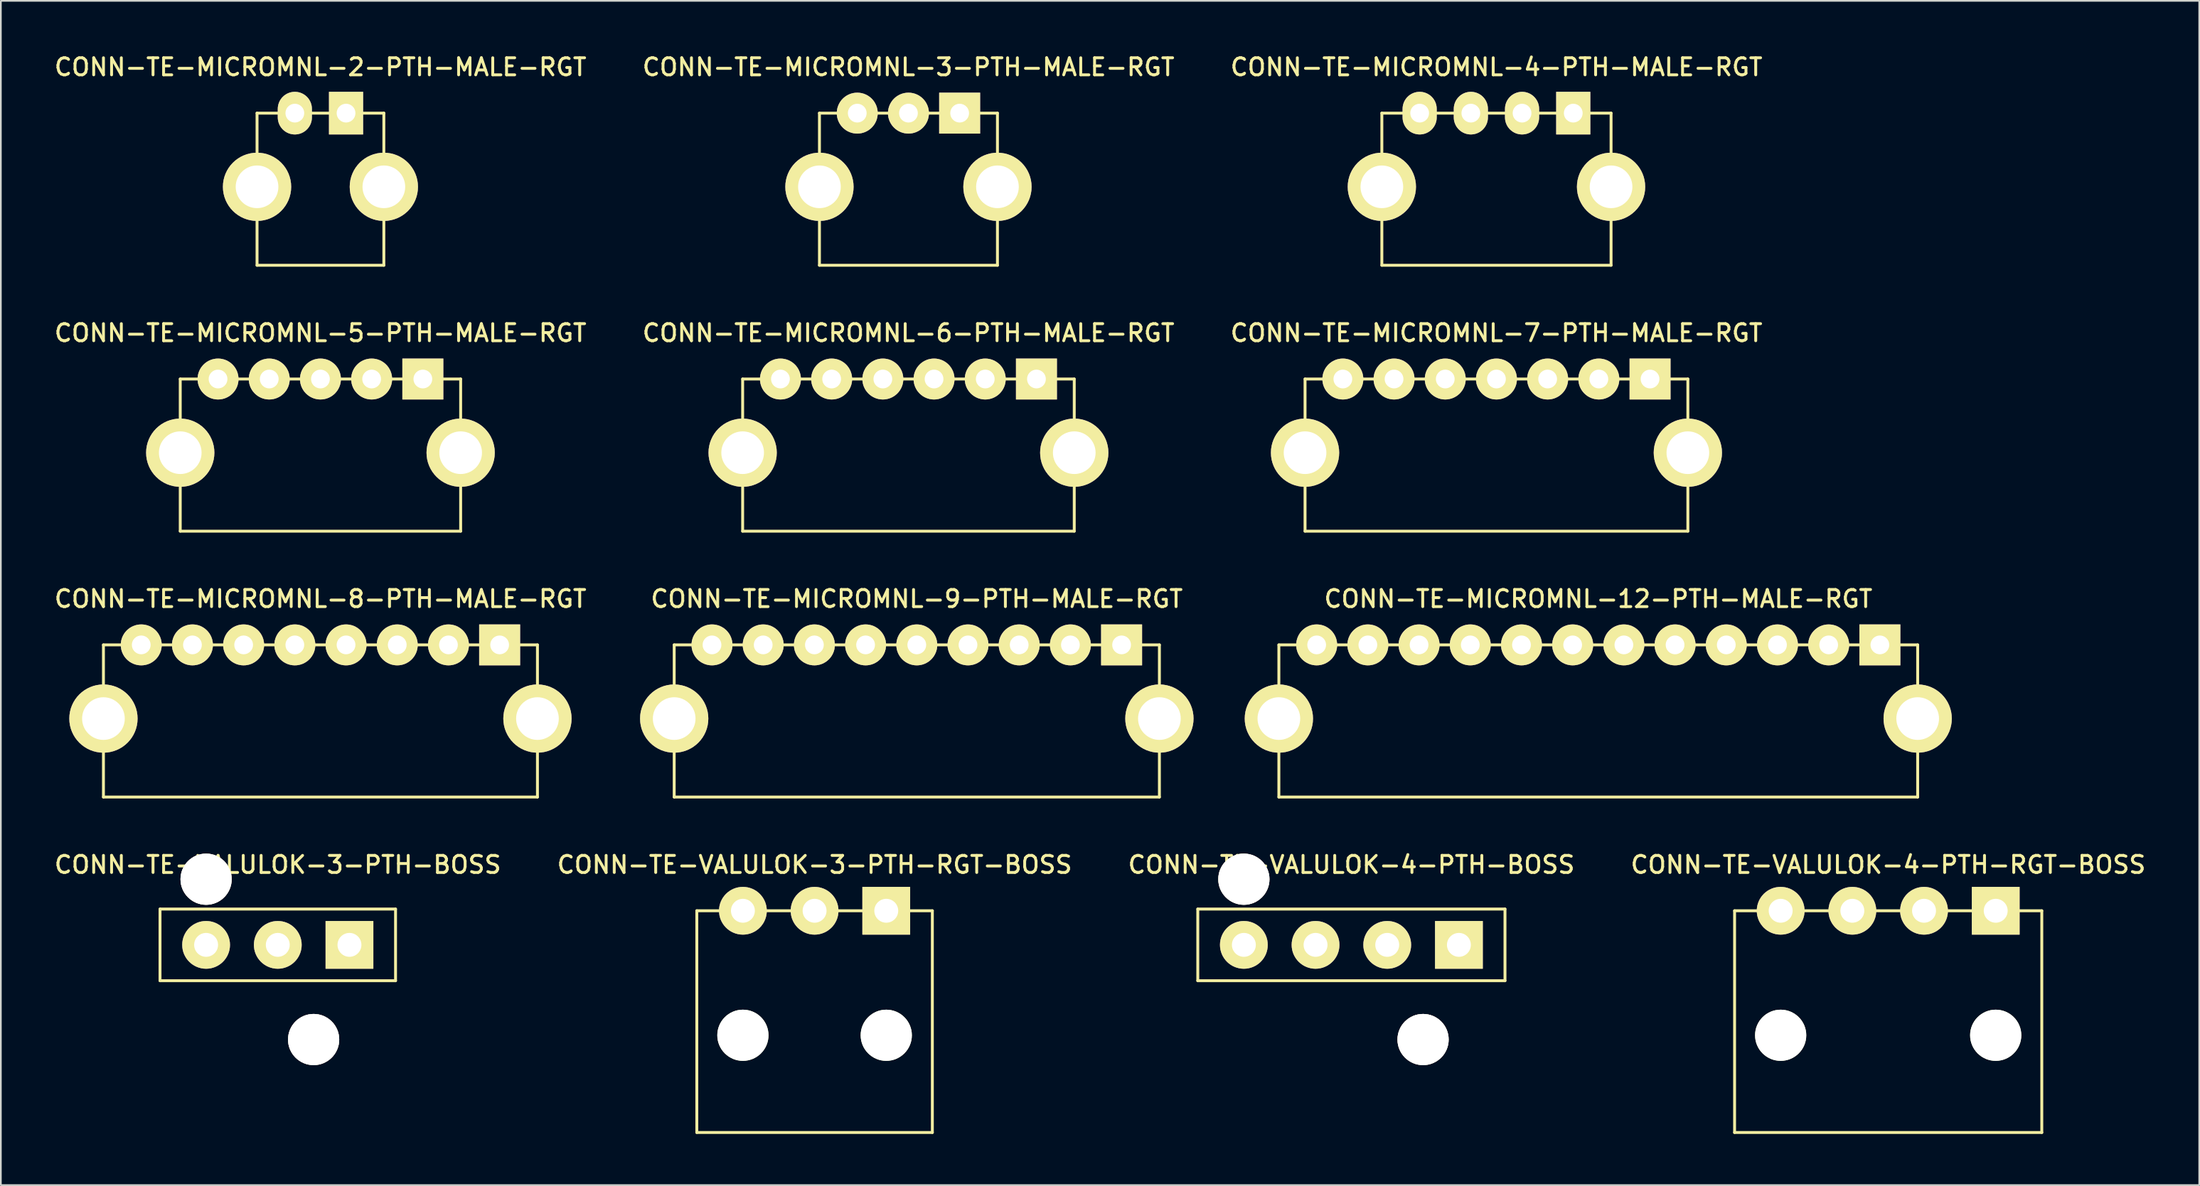
<source format=kicad_pcb>
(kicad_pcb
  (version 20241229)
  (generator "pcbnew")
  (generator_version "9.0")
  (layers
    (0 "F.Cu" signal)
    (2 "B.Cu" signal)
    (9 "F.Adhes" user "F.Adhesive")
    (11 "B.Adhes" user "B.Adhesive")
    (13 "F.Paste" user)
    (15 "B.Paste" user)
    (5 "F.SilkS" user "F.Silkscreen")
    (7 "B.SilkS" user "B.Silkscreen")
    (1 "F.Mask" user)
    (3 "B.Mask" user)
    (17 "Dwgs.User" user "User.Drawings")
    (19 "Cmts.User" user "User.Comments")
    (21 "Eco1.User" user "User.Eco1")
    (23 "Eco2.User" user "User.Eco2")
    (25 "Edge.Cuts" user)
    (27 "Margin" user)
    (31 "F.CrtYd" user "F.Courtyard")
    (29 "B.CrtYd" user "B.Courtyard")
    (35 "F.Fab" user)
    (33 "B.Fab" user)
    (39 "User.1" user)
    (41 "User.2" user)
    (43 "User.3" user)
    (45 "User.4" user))
  (footprint "CONN-TE-VALULOK-3-PTH-BOSS"
    (layer "F.Cu")
    (at 13.226 52.348)
    (property "Reference" "CONN-TE-VALULOK-3-PTH-BOSS" (at 0 -4.7 0) (layer "F.SilkS") (effects (font (size 1 1) (thickness 0.17))))
    (attr through_hole)
    (fp_line (start -6.9 -2.1) (end 6.9 -2.1) (stroke (width 0.17) (type solid)) (layer "F.SilkS"))
    (fp_line (start -6.9 2.1) (end -6.9 -2.1) (stroke (width 0.17) (type solid)) (layer "F.SilkS"))
    (fp_line (start -6.9 2.1) (end 6.9 2.1) (stroke (width 0.17) (type solid)) (layer "F.SilkS"))
    (fp_line (start 6.9 2.1) (end 6.9 -2.1) (stroke (width 0.17) (type solid)) (layer "F.SilkS"))
    (pad "1" thru_hole rect (at 4.2 0) (size 2.8 2.8) (drill 1.4) (layers "*.Cu" "*.Mask" "F.SilkS"))
    (pad "2" thru_hole circle (at 0 0) (size 2.8 2.8) (drill 1.4) (layers "*.Cu" "*.Mask" "F.SilkS"))
    (pad "3" thru_hole circle (at -4.2 0) (size 2.8 2.8) (drill 1.4) (layers "*.Cu" "*.Mask" "F.SilkS"))
    (pad "M1" thru_hole circle (at 2.1 5.55) (size 3 3) (drill 3) (layers "*.Cu" "*.Mask" "F.SilkS"))
    (pad "M2" thru_hole circle (at -4.2 -3.85) (size 3 3) (drill 3) (layers "*.Cu" "*.Mask" "F.SilkS")))
  (footprint "CONN-TE-MICROMNL-6-PTH-MALE-RGT"
    (layer "F.Cu")
    (at 50.179 19.172)
    (property "Reference" "CONN-TE-MICROMNL-6-PTH-MALE-RGT" (at 0 -2.7 0) (layer "F.SilkS") (effects (font (size 1 1) (thickness 0.17))))
    (attr through_hole)
    (fp_line (start -9.715 0) (end 9.715 0) (stroke (width 0.17) (type solid)) (layer "F.SilkS"))
    (fp_line (start -9.715 8.92) (end -9.715 0) (stroke (width 0.17) (type solid)) (layer "F.SilkS"))
    (fp_line (start -9.715 8.92) (end 9.715 8.92) (stroke (width 0.17) (type solid)) (layer "F.SilkS"))
    (fp_line (start 9.715 8.92) (end 9.715 0) (stroke (width 0.17) (type solid)) (layer "F.SilkS"))
    (pad "1" thru_hole rect (at 7.5 0) (size 2.4 2.4) (drill 1.1) (layers "*.Cu" "*.Mask" "F.SilkS"))
    (pad "2" thru_hole circle (at 4.5 0) (size 2.4 2.4) (drill 1.1) (layers "*.Cu" "*.Mask" "F.SilkS"))
    (pad "3" thru_hole circle (at 1.5 0) (size 2.4 2.4) (drill 1.1) (layers "*.Cu" "*.Mask" "F.SilkS"))
    (pad "4" thru_hole circle (at -1.5 0) (size 2.4 2.4) (drill 1.1) (layers "*.Cu" "*.Mask" "F.SilkS"))
    (pad "5" thru_hole circle (at -4.5 0) (size 2.4 2.4) (drill 1.1) (layers "*.Cu" "*.Mask" "F.SilkS"))
    (pad "6" thru_hole circle (at -7.5 0) (size 2.4 2.4) (drill 1.1) (layers "*.Cu" "*.Mask" "F.SilkS"))
    (pad "M1" thru_hole circle (at 9.715 4.32) (size 4 4) (drill 2.5) (layers "*.Cu" "*.Mask" "F.SilkS"))
    (pad "M2" thru_hole circle (at -9.715 4.32) (size 4 4) (drill 2.5) (layers "*.Cu" "*.Mask" "F.SilkS")))
  (footprint "CONN-TE-MICROMNL-3-PTH-MALE-RGT"
    (layer "F.Cu")
    (at 50.179 3.583)
    (property "Reference" "CONN-TE-MICROMNL-3-PTH-MALE-RGT" (at 0 -2.7 0) (layer "F.SilkS") (effects (font (size 1 1) (thickness 0.17))))
    (attr through_hole)
    (fp_line (start -5.215 0) (end 5.215 0) (stroke (width 0.17) (type solid)) (layer "F.SilkS"))
    (fp_line (start -5.215 8.92) (end -5.215 0) (stroke (width 0.17) (type solid)) (layer "F.SilkS"))
    (fp_line (start -5.215 8.92) (end 5.215 8.92) (stroke (width 0.17) (type solid)) (layer "F.SilkS"))
    (fp_line (start 5.215 8.92) (end 5.215 0) (stroke (width 0.17) (type solid)) (layer "F.SilkS"))
    (pad "1" thru_hole rect (at 3 0) (size 2.4 2.4) (drill 1.1) (layers "*.Cu" "*.Mask" "F.SilkS"))
    (pad "2" thru_hole circle (at 0 0) (size 2.4 2.4) (drill 1.1) (layers "*.Cu" "*.Mask" "F.SilkS"))
    (pad "3" thru_hole circle (at -3 0) (size 2.4 2.4) (drill 1.1) (layers "*.Cu" "*.Mask" "F.SilkS"))
    (pad "M1" thru_hole circle (at 5.215 4.32) (size 4 4) (drill 2.5) (layers "*.Cu" "*.Mask" "F.SilkS"))
    (pad "M2" thru_hole circle (at -5.215 4.32) (size 4 4) (drill 2.5) (layers "*.Cu" "*.Mask" "F.SilkS")))
  (footprint "CONN-TE-MICROMNL-8-PTH-MALE-RGT"
    (layer "F.Cu")
    (at 15.726 34.76)
    (property "Reference" "CONN-TE-MICROMNL-8-PTH-MALE-RGT" (at 0 -2.7 0) (layer "F.SilkS") (effects (font (size 1 1) (thickness 0.17))))
    (attr through_hole)
    (fp_line (start -12.715 0) (end 12.715 0) (stroke (width 0.17) (type solid)) (layer "F.SilkS"))
    (fp_line (start -12.715 8.92) (end -12.715 0) (stroke (width 0.17) (type solid)) (layer "F.SilkS"))
    (fp_line (start -12.715 8.92) (end 12.715 8.92) (stroke (width 0.17) (type solid)) (layer "F.SilkS"))
    (fp_line (start 12.715 8.92) (end 12.715 0) (stroke (width 0.17) (type solid)) (layer "F.SilkS"))
    (pad "1" thru_hole rect (at 10.5 0) (size 2.4 2.4) (drill 1.1) (layers "*.Cu" "*.Mask" "F.SilkS"))
    (pad "2" thru_hole circle (at 7.5 0) (size 2.4 2.4) (drill 1.1) (layers "*.Cu" "*.Mask" "F.SilkS"))
    (pad "3" thru_hole circle (at 4.5 0) (size 2.4 2.4) (drill 1.1) (layers "*.Cu" "*.Mask" "F.SilkS"))
    (pad "4" thru_hole circle (at 1.5 0) (size 2.4 2.4) (drill 1.1) (layers "*.Cu" "*.Mask" "F.SilkS"))
    (pad "5" thru_hole circle (at -1.5 0) (size 2.4 2.4) (drill 1.1) (layers "*.Cu" "*.Mask" "F.SilkS"))
    (pad "6" thru_hole circle (at -4.5 0) (size 2.4 2.4) (drill 1.1) (layers "*.Cu" "*.Mask" "F.SilkS"))
    (pad "7" thru_hole circle (at -7.5 0) (size 2.4 2.4) (drill 1.1) (layers "*.Cu" "*.Mask" "F.SilkS"))
    (pad "8" thru_hole circle (at -10.5 0) (size 2.4 2.4) (drill 1.1) (layers "*.Cu" "*.Mask" "F.SilkS"))
    (pad "M1" thru_hole circle (at 12.715 4.32) (size 4 4) (drill 2.5) (layers "*.Cu" "*.Mask" "F.SilkS"))
    (pad "M2" thru_hole circle (at -12.715 4.32) (size 4 4) (drill 2.5) (layers "*.Cu" "*.Mask" "F.SilkS")))
  (footprint "CONN-TE-VALULOK-4-PTH-BOSS"
    (layer "F.Cu")
    (at 76.132 52.348)
    (property "Reference" "CONN-TE-VALULOK-4-PTH-BOSS" (at 0 -4.7 0) (layer "F.SilkS") (effects (font (size 1 1) (thickness 0.17))))
    (attr through_hole)
    (fp_line (start -9 -2.1) (end 9 -2.1) (stroke (width 0.17) (type solid)) (layer "F.SilkS"))
    (fp_line (start -9 2.1) (end -9 -2.1) (stroke (width 0.17) (type solid)) (layer "F.SilkS"))
    (fp_line (start -9 2.1) (end 9 2.1) (stroke (width 0.17) (type solid)) (layer "F.SilkS"))
    (fp_line (start 9 2.1) (end 9 -2.1) (stroke (width 0.17) (type solid)) (layer "F.SilkS"))
    (pad "1" thru_hole rect (at 6.3 0) (size 2.8 2.8) (drill 1.4) (layers "*.Cu" "*.Mask" "F.SilkS"))
    (pad "2" thru_hole circle (at 2.1 0) (size 2.8 2.8) (drill 1.4) (layers "*.Cu" "*.Mask" "F.SilkS"))
    (pad "3" thru_hole circle (at -2.1 0) (size 2.8 2.8) (drill 1.4) (layers "*.Cu" "*.Mask" "F.SilkS"))
    (pad "4" thru_hole circle (at -6.3 0) (size 2.8 2.8) (drill 1.4) (layers "*.Cu" "*.Mask" "F.SilkS"))
    (pad "M1" thru_hole circle (at 4.2 5.55) (size 3 3) (drill 3) (layers "*.Cu" "*.Mask" "F.SilkS"))
    (pad "M2" thru_hole circle (at -6.3 -3.85) (size 3 3) (drill 3) (layers "*.Cu" "*.Mask" "F.SilkS")))
  (footprint "CONN-TE-MICROMNL-12-PTH-MALE-RGT"
    (layer "F.Cu")
    (at 90.598 34.76)
    (property "Reference" "CONN-TE-MICROMNL-12-PTH-MALE-RGT" (at 0 -2.7 0) (layer "F.SilkS") (effects (font (size 1 1) (thickness 0.17))))
    (attr through_hole)
    (fp_line (start -18.715 0) (end 18.715 0) (stroke (width 0.17) (type solid)) (layer "F.SilkS"))
    (fp_line (start -18.715 8.92) (end -18.715 0) (stroke (width 0.17) (type solid)) (layer "F.SilkS"))
    (fp_line (start -18.715 8.92) (end 18.715 8.92) (stroke (width 0.17) (type solid)) (layer "F.SilkS"))
    (fp_line (start 18.715 8.92) (end 18.715 0) (stroke (width 0.17) (type solid)) (layer "F.SilkS"))
    (pad "1" thru_hole rect (at 16.5 0) (size 2.4 2.4) (drill 1.1) (layers "*.Cu" "*.Mask" "F.SilkS"))
    (pad "2" thru_hole circle (at 13.5 0) (size 2.4 2.4) (drill 1.1) (layers "*.Cu" "*.Mask" "F.SilkS"))
    (pad "3" thru_hole circle (at 10.5 0) (size 2.4 2.4) (drill 1.1) (layers "*.Cu" "*.Mask" "F.SilkS"))
    (pad "4" thru_hole circle (at 7.5 0) (size 2.4 2.4) (drill 1.1) (layers "*.Cu" "*.Mask" "F.SilkS"))
    (pad "5" thru_hole circle (at 4.5 0) (size 2.4 2.4) (drill 1.1) (layers "*.Cu" "*.Mask" "F.SilkS"))
    (pad "6" thru_hole circle (at 1.5 0) (size 2.4 2.4) (drill 1.1) (layers "*.Cu" "*.Mask" "F.SilkS"))
    (pad "7" thru_hole circle (at -1.5 0) (size 2.4 2.4) (drill 1.1) (layers "*.Cu" "*.Mask" "F.SilkS"))
    (pad "8" thru_hole circle (at -4.5 0) (size 2.4 2.4) (drill 1.1) (layers "*.Cu" "*.Mask" "F.SilkS"))
    (pad "9" thru_hole circle (at -7.5 0) (size 2.4 2.4) (drill 1.1) (layers "*.Cu" "*.Mask" "F.SilkS"))
    (pad "10" thru_hole circle (at -10.5 0) (size 2.4 2.4) (drill 1.1) (layers "*.Cu" "*.Mask" "F.SilkS"))
    (pad "11" thru_hole circle (at -13.5 0) (size 2.4 2.4) (drill 1.1) (layers "*.Cu" "*.Mask" "F.SilkS"))
    (pad "12" thru_hole circle (at -16.5 0) (size 2.4 2.4) (drill 1.1) (layers "*.Cu" "*.Mask" "F.SilkS"))
    (pad "M1" thru_hole circle (at 18.715 4.32) (size 4 4) (drill 2.5) (layers "*.Cu" "*.Mask" "F.SilkS"))
    (pad "M2" thru_hole circle (at -18.715 4.32) (size 4 4) (drill 2.5) (layers "*.Cu" "*.Mask" "F.SilkS")))
  (footprint "CONN-TE-MICROMNL-5-PTH-MALE-RGT"
    (layer "F.Cu")
    (at 15.726 19.172)
    (property "Reference" "CONN-TE-MICROMNL-5-PTH-MALE-RGT" (at 0 -2.7 0) (layer "F.SilkS") (effects (font (size 1 1) (thickness 0.17))))
    (attr through_hole)
    (fp_line (start -8.215 0) (end 8.215 0) (stroke (width 0.17) (type solid)) (layer "F.SilkS"))
    (fp_line (start -8.215 8.92) (end -8.215 0) (stroke (width 0.17) (type solid)) (layer "F.SilkS"))
    (fp_line (start -8.215 8.92) (end 8.215 8.92) (stroke (width 0.17) (type solid)) (layer "F.SilkS"))
    (fp_line (start 8.215 8.92) (end 8.215 0) (stroke (width 0.17) (type solid)) (layer "F.SilkS"))
    (pad "1" thru_hole rect (at 6 0) (size 2.4 2.4) (drill 1.1) (layers "*.Cu" "*.Mask" "F.SilkS"))
    (pad "2" thru_hole circle (at 3 0) (size 2.4 2.4) (drill 1.1) (layers "*.Cu" "*.Mask" "F.SilkS"))
    (pad "3" thru_hole circle (at 0 0) (size 2.4 2.4) (drill 1.1) (layers "*.Cu" "*.Mask" "F.SilkS"))
    (pad "4" thru_hole circle (at -3 0) (size 2.4 2.4) (drill 1.1) (layers "*.Cu" "*.Mask" "F.SilkS"))
    (pad "5" thru_hole circle (at -6 0) (size 2.4 2.4) (drill 1.1) (layers "*.Cu" "*.Mask" "F.SilkS"))
    (pad "M1" thru_hole circle (at 8.215 4.32) (size 4 4) (drill 2.5) (layers "*.Cu" "*.Mask" "F.SilkS"))
    (pad "M2" thru_hole circle (at -8.215 4.32) (size 4 4) (drill 2.5) (layers "*.Cu" "*.Mask" "F.SilkS")))
  (footprint "CONN-TE-MICROMNL-2-PTH-MALE-RGT"
    (layer "F.Cu")
    (at 15.726 3.583)
    (property "Reference" "CONN-TE-MICROMNL-2-PTH-MALE-RGT" (at 0 -2.7 0) (layer "F.SilkS") (effects (font (size 1 1) (thickness 0.17))))
    (attr through_hole)
    (fp_line (start -3.715 0) (end 3.715 0) (stroke (width 0.17) (type solid)) (layer "F.SilkS"))
    (fp_line (start -3.715 8.92) (end -3.715 0) (stroke (width 0.17) (type solid)) (layer "F.SilkS"))
    (fp_line (start -3.715 8.92) (end 3.715 8.92) (stroke (width 0.17) (type solid)) (layer "F.SilkS"))
    (fp_line (start 3.715 8.92) (end 3.715 0) (stroke (width 0.17) (type solid)) (layer "F.SilkS"))
    (pad "1" thru_hole rect (at 1.5 0) (size 2 2.5) (drill 1.1) (layers "*.Cu" "*.Mask" "F.SilkS"))
    (pad "2" thru_hole oval (at -1.5 0) (size 2 2.5) (drill 1.1) (layers "*.Cu" "*.Mask" "F.SilkS"))
    (pad "M1" thru_hole circle (at 3.715 4.32) (size 4 4) (drill 2.5) (layers "*.Cu" "*.Mask" "F.SilkS"))
    (pad "M2" thru_hole circle (at -3.715 4.32) (size 4 4) (drill 2.5) (layers "*.Cu" "*.Mask" "F.SilkS")))
  (footprint "CONN-TE-MICROMNL-4-PTH-MALE-RGT"
    (layer "F.Cu")
    (at 84.632 3.583)
    (property "Reference" "CONN-TE-MICROMNL-4-PTH-MALE-RGT" (at 0 -2.7 0) (layer "F.SilkS") (effects (font (size 1 1) (thickness 0.17))))
    (attr through_hole)
    (fp_line (start -6.715 0) (end 6.715 0) (stroke (width 0.17) (type solid)) (layer "F.SilkS"))
    (fp_line (start -6.715 8.92) (end -6.715 0) (stroke (width 0.17) (type solid)) (layer "F.SilkS"))
    (fp_line (start -6.715 8.92) (end 6.715 8.92) (stroke (width 0.17) (type solid)) (layer "F.SilkS"))
    (fp_line (start 6.715 8.92) (end 6.715 0) (stroke (width 0.17) (type solid)) (layer "F.SilkS"))
    (pad "1" thru_hole rect (at 4.5 0) (size 2 2.5) (drill 1.1) (layers "*.Cu" "*.Mask" "F.SilkS"))
    (pad "2" thru_hole oval (at 1.5 0) (size 2 2.5) (drill 1.1) (layers "*.Cu" "*.Mask" "F.SilkS"))
    (pad "3" thru_hole oval (at -1.5 0) (size 2 2.5) (drill 1.1) (layers "*.Cu" "*.Mask" "F.SilkS"))
    (pad "4" thru_hole oval (at -4.5 0) (size 2 2.5) (drill 1.1) (layers "*.Cu" "*.Mask" "F.SilkS"))
    (pad "M1" thru_hole circle (at 6.715 4.32) (size 4 4) (drill 2.5) (layers "*.Cu" "*.Mask" "F.SilkS"))
    (pad "M2" thru_hole circle (at -6.715 4.32) (size 4 4) (drill 2.5) (layers "*.Cu" "*.Mask" "F.SilkS")))
  (footprint "CONN-TE-VALULOK-4-PTH-RGT-BOSS"
    (layer "F.Cu")
    (at 107.585 50.348)
    (property "Reference" "CONN-TE-VALULOK-4-PTH-RGT-BOSS" (at 0 -2.7 0) (layer "F.SilkS") (effects (font (size 1 1) (thickness 0.17))))
    (attr through_hole)
    (fp_line (start -9 0) (end 9 0) (stroke (width 0.17) (type solid)) (layer "F.SilkS"))
    (fp_line (start -9 13) (end -9 0) (stroke (width 0.17) (type solid)) (layer "F.SilkS"))
    (fp_line (start -9 13) (end 9 13) (stroke (width 0.17) (type solid)) (layer "F.SilkS"))
    (fp_line (start 9 13) (end 9 0) (stroke (width 0.17) (type solid)) (layer "F.SilkS"))
    (pad "" np_thru_hole circle (at -6.3 7.3) (size 3 3) (drill 3) (layers "*.Cu" "*.Mask" "F.SilkS"))
    (pad "" np_thru_hole circle (at 6.3 7.3) (size 3 3) (drill 3) (layers "*.Cu" "*.Mask" "F.SilkS"))
    (pad "1" thru_hole rect (at 6.3 0) (size 2.8 2.8) (drill 1.4) (layers "*.Cu" "*.Mask" "F.SilkS"))
    (pad "2" thru_hole circle (at 2.1 0) (size 2.8 2.8) (drill 1.4) (layers "*.Cu" "*.Mask" "F.SilkS"))
    (pad "3" thru_hole circle (at -2.1 0) (size 2.8 2.8) (drill 1.4) (layers "*.Cu" "*.Mask" "F.SilkS"))
    (pad "4" thru_hole circle (at -6.3 0) (size 2.8 2.8) (drill 1.4) (layers "*.Cu" "*.Mask" "F.SilkS")))
  (footprint "CONN-TE-VALULOK-3-PTH-RGT-BOSS"
    (layer "F.Cu")
    (at 44.679 50.348)
    (property "Reference" "CONN-TE-VALULOK-3-PTH-RGT-BOSS" (at 0 -2.7 0) (layer "F.SilkS") (effects (font (size 1 1) (thickness 0.17))))
    (attr through_hole)
    (fp_line (start -6.9 0) (end 6.9 0) (stroke (width 0.17) (type solid)) (layer "F.SilkS"))
    (fp_line (start -6.9 13) (end -6.9 0) (stroke (width 0.17) (type solid)) (layer "F.SilkS"))
    (fp_line (start -6.9 13) (end 6.9 13) (stroke (width 0.17) (type solid)) (layer "F.SilkS"))
    (fp_line (start 6.9 13) (end 6.9 0) (stroke (width 0.17) (type solid)) (layer "F.SilkS"))
    (pad "" np_thru_hole circle (at -4.2 7.3) (size 3 3) (drill 3) (layers "*.Cu" "*.Mask" "F.SilkS"))
    (pad "" np_thru_hole circle (at 4.2 7.3) (size 3 3) (drill 3) (layers "*.Cu" "*.Mask" "F.SilkS"))
    (pad "1" thru_hole rect (at 4.2 0) (size 2.8 2.8) (drill 1.4) (layers "*.Cu" "*.Mask" "F.SilkS"))
    (pad "2" thru_hole circle (at 0 0) (size 2.8 2.8) (drill 1.4) (layers "*.Cu" "*.Mask" "F.SilkS"))
    (pad "3" thru_hole circle (at -4.2 0) (size 2.8 2.8) (drill 1.4) (layers "*.Cu" "*.Mask" "F.SilkS")))
  (footprint "CONN-TE-MICROMNL-9-PTH-MALE-RGT"
    (layer "F.Cu")
    (at 50.668 34.76)
    (property "Reference" "CONN-TE-MICROMNL-9-PTH-MALE-RGT" (at 0 -2.7 0) (layer "F.SilkS") (effects (font (size 1 1) (thickness 0.17))))
    (attr through_hole)
    (fp_line (start -14.215 0) (end 14.215 0) (stroke (width 0.17) (type solid)) (layer "F.SilkS"))
    (fp_line (start -14.215 8.92) (end -14.215 0) (stroke (width 0.17) (type solid)) (layer "F.SilkS"))
    (fp_line (start -14.215 8.92) (end 14.215 8.92) (stroke (width 0.17) (type solid)) (layer "F.SilkS"))
    (fp_line (start 14.215 8.92) (end 14.215 0) (stroke (width 0.17) (type solid)) (layer "F.SilkS"))
    (pad "1" thru_hole rect (at 12 0) (size 2.4 2.4) (drill 1.1) (layers "*.Cu" "*.Mask" "F.SilkS"))
    (pad "2" thru_hole circle (at 9 0) (size 2.4 2.4) (drill 1.1) (layers "*.Cu" "*.Mask" "F.SilkS"))
    (pad "3" thru_hole circle (at 6 0) (size 2.4 2.4) (drill 1.1) (layers "*.Cu" "*.Mask" "F.SilkS"))
    (pad "4" thru_hole circle (at 3 0) (size 2.4 2.4) (drill 1.1) (layers "*.Cu" "*.Mask" "F.SilkS"))
    (pad "5" thru_hole circle (at 0 0) (size 2.4 2.4) (drill 1.1) (layers "*.Cu" "*.Mask" "F.SilkS"))
    (pad "6" thru_hole circle (at -3 0) (size 2.4 2.4) (drill 1.1) (layers "*.Cu" "*.Mask" "F.SilkS"))
    (pad "7" thru_hole circle (at -6 0) (size 2.4 2.4) (drill 1.1) (layers "*.Cu" "*.Mask" "F.SilkS"))
    (pad "8" thru_hole circle (at -9 0) (size 2.4 2.4) (drill 1.1) (layers "*.Cu" "*.Mask" "F.SilkS"))
    (pad "9" thru_hole circle (at -12 0) (size 2.4 2.4) (drill 1.1) (layers "*.Cu" "*.Mask" "F.SilkS"))
    (pad "M1" thru_hole circle (at 14.215 4.32) (size 4 4) (drill 2.5) (layers "*.Cu" "*.Mask" "F.SilkS"))
    (pad "M2" thru_hole circle (at -14.215 4.32) (size 4 4) (drill 2.5) (layers "*.Cu" "*.Mask" "F.SilkS")))
  (footprint "CONN-TE-MICROMNL-7-PTH-MALE-RGT"
    (layer "F.Cu")
    (at 84.632 19.172)
    (property "Reference" "CONN-TE-MICROMNL-7-PTH-MALE-RGT" (at 0 -2.7 0) (layer "F.SilkS") (effects (font (size 1 1) (thickness 0.17))))
    (attr through_hole)
    (fp_line (start -11.215 0) (end 11.215 0) (stroke (width 0.17) (type solid)) (layer "F.SilkS"))
    (fp_line (start -11.215 8.92) (end -11.215 0) (stroke (width 0.17) (type solid)) (layer "F.SilkS"))
    (fp_line (start -11.215 8.92) (end 11.215 8.92) (stroke (width 0.17) (type solid)) (layer "F.SilkS"))
    (fp_line (start 11.215 8.92) (end 11.215 0) (stroke (width 0.17) (type solid)) (layer "F.SilkS"))
    (pad "1" thru_hole rect (at 9 0) (size 2.4 2.4) (drill 1.1) (layers "*.Cu" "*.Mask" "F.SilkS"))
    (pad "2" thru_hole circle (at 6 0) (size 2.4 2.4) (drill 1.1) (layers "*.Cu" "*.Mask" "F.SilkS"))
    (pad "3" thru_hole circle (at 3 0) (size 2.4 2.4) (drill 1.1) (layers "*.Cu" "*.Mask" "F.SilkS"))
    (pad "4" thru_hole circle (at 0 0) (size 2.4 2.4) (drill 1.1) (layers "*.Cu" "*.Mask" "F.SilkS"))
    (pad "5" thru_hole circle (at -3 0) (size 2.4 2.4) (drill 1.1) (layers "*.Cu" "*.Mask" "F.SilkS"))
    (pad "6" thru_hole circle (at -6 0) (size 2.4 2.4) (drill 1.1) (layers "*.Cu" "*.Mask" "F.SilkS"))
    (pad "7" thru_hole circle (at -9 0) (size 2.4 2.4) (drill 1.1) (layers "*.Cu" "*.Mask" "F.SilkS"))
    (pad "M1" thru_hole circle (at 11.215 4.32) (size 4 4) (drill 2.5) (layers "*.Cu" "*.Mask" "F.SilkS"))
    (pad "M2" thru_hole circle (at -11.215 4.32) (size 4 4) (drill 2.5) (layers "*.Cu" "*.Mask" "F.SilkS")))
  (gr_rect
    (start -3 -3)
    (end 125.811 66.433)
    (stroke (width 0.1) (type default))
    (fill no)
    (layer "Edge.Cuts")))
</source>
